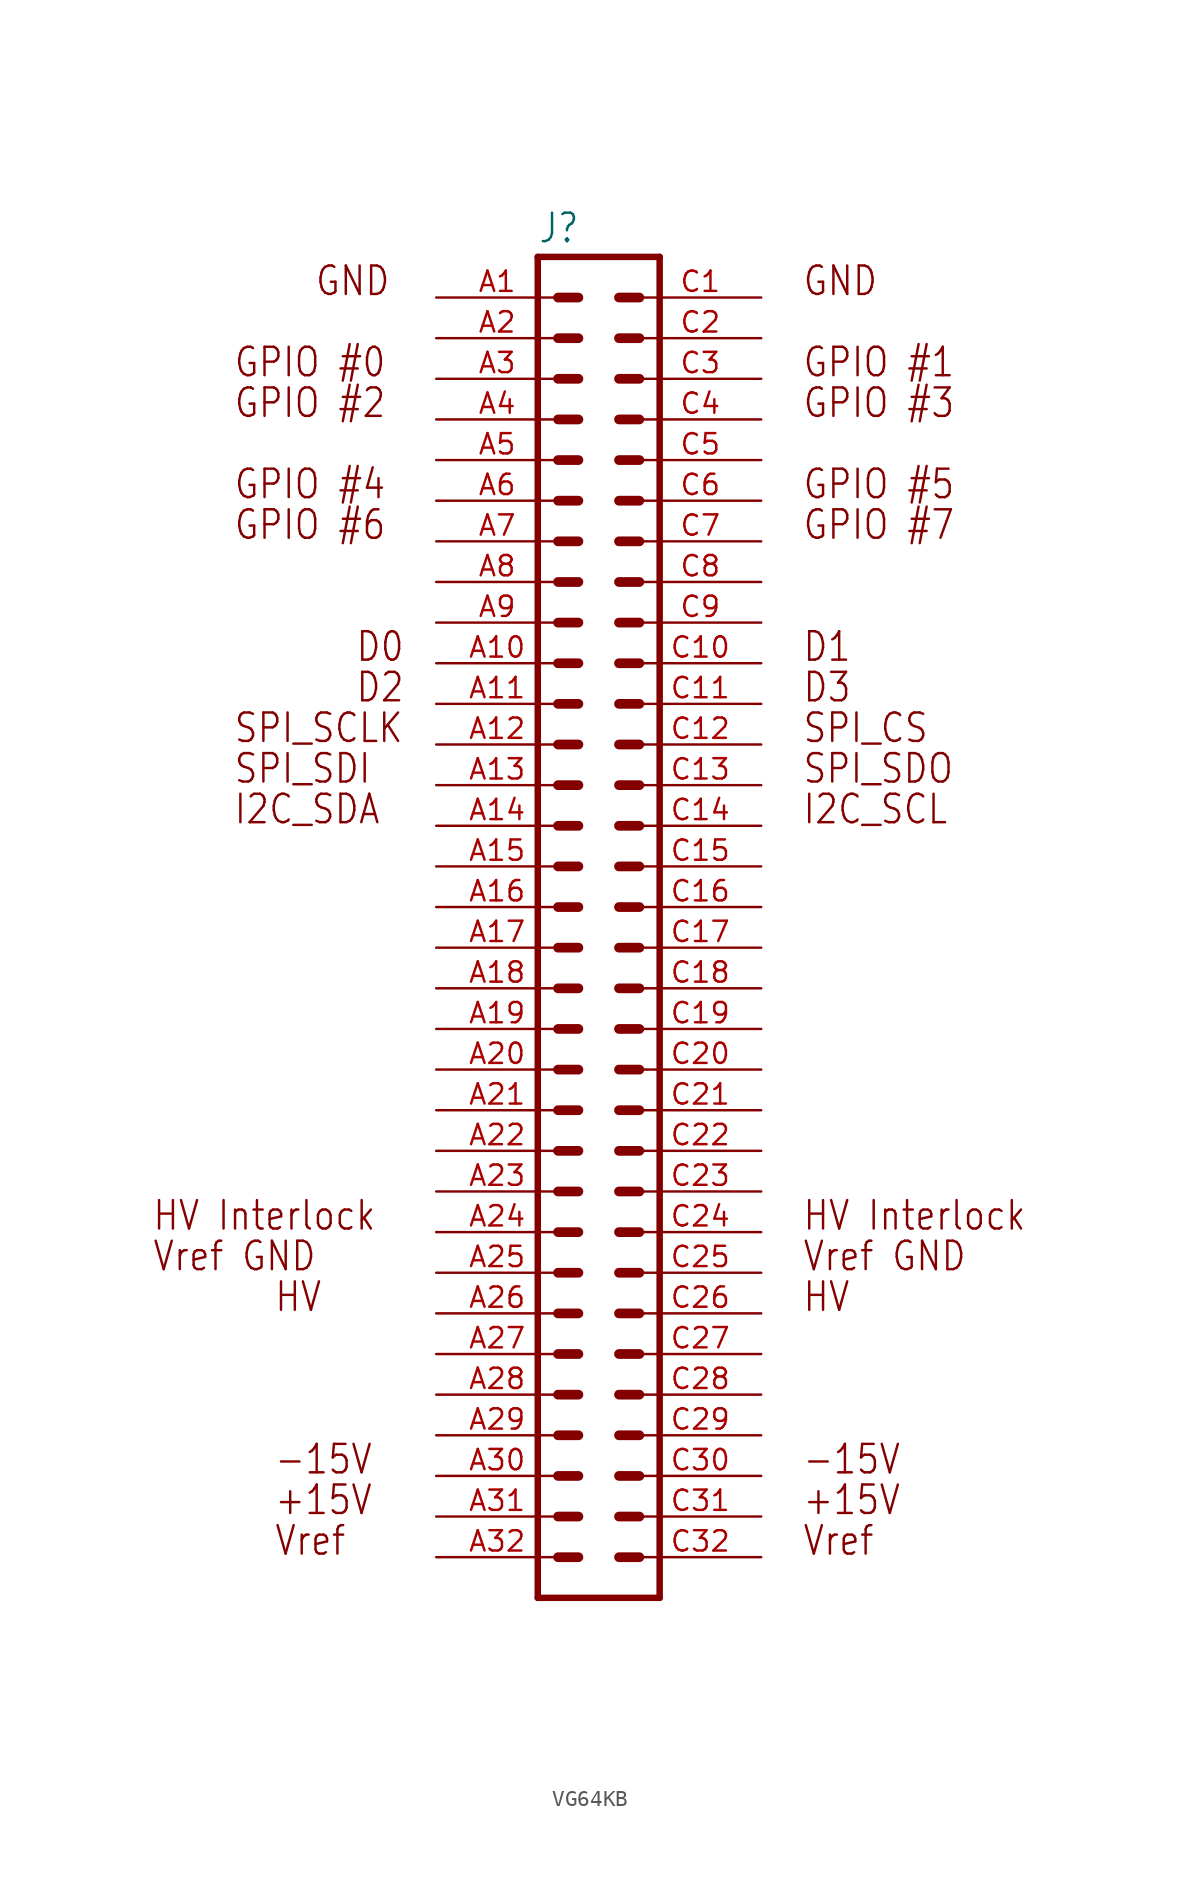
<source format=kicad_sym>
(kicad_symbol_lib
  (version 20231120)
  (generator "kicad_symbol_editor")
  (generator_version "8.0")
  (symbol "VG64KB"
    (property "Reference" "J"
      (at -3.81 41.402 0)
      (effects (font (size 1.778 1.511)) (justify left bottom)))
    (property "Value" ""
      (at -3.81 -45.72 0)
      (effects (font (size 1.778 1.511)) (justify left bottom)))
    (property "ki_locked" ""
      (at 0 0 0)
      (effects (font (size 1.27 1.27))))
    (symbol "VG64KB_1_0"
      (polyline (pts (xy -3.81 40.64) (xy -3.81 -43.18)) (stroke (width 0.406) (type solid)) (fill (type none)))
      (polyline (pts (xy -3.81 40.64) (xy 3.81 40.64)) (stroke (width 0.406) (type solid)) (fill (type none)))
      (polyline (pts (xy -2.54 -40.64) (xy -1.27 -40.64)) (stroke (width 0.61) (type solid)) (fill (type none)))
      (polyline (pts (xy -2.54 -38.1) (xy -1.27 -38.1)) (stroke (width 0.61) (type solid)) (fill (type none)))
      (polyline (pts (xy -2.54 -35.56) (xy -1.27 -35.56)) (stroke (width 0.61) (type solid)) (fill (type none)))
      (polyline (pts (xy -2.54 -33.02) (xy -1.27 -33.02)) (stroke (width 0.61) (type solid)) (fill (type none)))
      (polyline (pts (xy -2.54 -30.48) (xy -1.27 -30.48)) (stroke (width 0.61) (type solid)) (fill (type none)))
      (polyline (pts (xy -2.54 -27.94) (xy -1.27 -27.94)) (stroke (width 0.61) (type solid)) (fill (type none)))
      (polyline (pts (xy -2.54 -25.4) (xy -1.27 -25.4)) (stroke (width 0.61) (type solid)) (fill (type none)))
      (polyline (pts (xy -2.54 -22.86) (xy -1.27 -22.86)) (stroke (width 0.61) (type solid)) (fill (type none)))
      (polyline (pts (xy -2.54 -20.32) (xy -1.27 -20.32)) (stroke (width 0.61) (type solid)) (fill (type none)))
      (polyline (pts (xy -2.54 -17.78) (xy -1.27 -17.78)) (stroke (width 0.61) (type solid)) (fill (type none)))
      (polyline (pts (xy -2.54 -15.24) (xy -1.27 -15.24)) (stroke (width 0.61) (type solid)) (fill (type none)))
      (polyline (pts (xy -2.54 -12.7) (xy -1.27 -12.7)) (stroke (width 0.61) (type solid)) (fill (type none)))
      (polyline (pts (xy -2.54 -10.16) (xy -1.27 -10.16)) (stroke (width 0.61) (type solid)) (fill (type none)))
      (polyline (pts (xy -2.54 -7.62) (xy -1.27 -7.62)) (stroke (width 0.61) (type solid)) (fill (type none)))
      (polyline (pts (xy -2.54 -5.08) (xy -1.27 -5.08)) (stroke (width 0.61) (type solid)) (fill (type none)))
      (polyline (pts (xy -2.54 -2.54) (xy -1.27 -2.54)) (stroke (width 0.61) (type solid)) (fill (type none)))
      (polyline (pts (xy -2.54 0) (xy -1.27 0)) (stroke (width 0.61) (type solid)) (fill (type none)))
      (polyline (pts (xy -2.54 2.54) (xy -1.27 2.54)) (stroke (width 0.61) (type solid)) (fill (type none)))
      (polyline (pts (xy -2.54 5.08) (xy -1.27 5.08)) (stroke (width 0.61) (type solid)) (fill (type none)))
      (polyline (pts (xy -2.54 7.62) (xy -1.27 7.62)) (stroke (width 0.61) (type solid)) (fill (type none)))
      (polyline (pts (xy -2.54 10.16) (xy -1.27 10.16)) (stroke (width 0.61) (type solid)) (fill (type none)))
      (polyline (pts (xy -2.54 12.7) (xy -1.27 12.7)) (stroke (width 0.61) (type solid)) (fill (type none)))
      (polyline (pts (xy -2.54 15.24) (xy -1.27 15.24)) (stroke (width 0.61) (type solid)) (fill (type none)))
      (polyline (pts (xy -2.54 17.78) (xy -1.27 17.78)) (stroke (width 0.61) (type solid)) (fill (type none)))
      (polyline (pts (xy -2.54 20.32) (xy -1.27 20.32)) (stroke (width 0.61) (type solid)) (fill (type none)))
      (polyline (pts (xy -2.54 22.86) (xy -1.27 22.86)) (stroke (width 0.61) (type solid)) (fill (type none)))
      (polyline (pts (xy -2.54 25.4) (xy -1.27 25.4)) (stroke (width 0.61) (type solid)) (fill (type none)))
      (polyline (pts (xy -2.54 27.94) (xy -1.27 27.94)) (stroke (width 0.61) (type solid)) (fill (type none)))
      (polyline (pts (xy -2.54 30.48) (xy -1.27 30.48)) (stroke (width 0.61) (type solid)) (fill (type none)))
      (polyline (pts (xy -2.54 33.02) (xy -1.27 33.02)) (stroke (width 0.61) (type solid)) (fill (type none)))
      (polyline (pts (xy -2.54 35.56) (xy -1.27 35.56)) (stroke (width 0.61) (type solid)) (fill (type none)))
      (polyline (pts (xy -2.54 38.1) (xy -1.27 38.1)) (stroke (width 0.61) (type solid)) (fill (type none)))
      (polyline (pts (xy 1.27 -40.64) (xy 2.54 -40.64)) (stroke (width 0.61) (type solid)) (fill (type none)))
      (polyline (pts (xy 1.27 -38.1) (xy 2.54 -38.1)) (stroke (width 0.61) (type solid)) (fill (type none)))
      (polyline (pts (xy 1.27 -35.56) (xy 2.54 -35.56)) (stroke (width 0.61) (type solid)) (fill (type none)))
      (polyline (pts (xy 1.27 -33.02) (xy 2.54 -33.02)) (stroke (width 0.61) (type solid)) (fill (type none)))
      (polyline (pts (xy 1.27 -30.48) (xy 2.54 -30.48)) (stroke (width 0.61) (type solid)) (fill (type none)))
      (polyline (pts (xy 1.27 -27.94) (xy 2.54 -27.94)) (stroke (width 0.61) (type solid)) (fill (type none)))
      (polyline (pts (xy 1.27 -25.4) (xy 2.54 -25.4)) (stroke (width 0.61) (type solid)) (fill (type none)))
      (polyline (pts (xy 1.27 -22.86) (xy 2.54 -22.86)) (stroke (width 0.61) (type solid)) (fill (type none)))
      (polyline (pts (xy 1.27 -20.32) (xy 2.54 -20.32)) (stroke (width 0.61) (type solid)) (fill (type none)))
      (polyline (pts (xy 1.27 -17.78) (xy 2.54 -17.78)) (stroke (width 0.61) (type solid)) (fill (type none)))
      (polyline (pts (xy 1.27 -15.24) (xy 2.54 -15.24)) (stroke (width 0.61) (type solid)) (fill (type none)))
      (polyline (pts (xy 1.27 -12.7) (xy 2.54 -12.7)) (stroke (width 0.61) (type solid)) (fill (type none)))
      (polyline (pts (xy 1.27 -10.16) (xy 2.54 -10.16)) (stroke (width 0.61) (type solid)) (fill (type none)))
      (polyline (pts (xy 1.27 -7.62) (xy 2.54 -7.62)) (stroke (width 0.61) (type solid)) (fill (type none)))
      (polyline (pts (xy 1.27 -5.08) (xy 2.54 -5.08)) (stroke (width 0.61) (type solid)) (fill (type none)))
      (polyline (pts (xy 1.27 -2.54) (xy 2.54 -2.54)) (stroke (width 0.61) (type solid)) (fill (type none)))
      (polyline (pts (xy 1.27 0) (xy 2.54 0)) (stroke (width 0.61) (type solid)) (fill (type none)))
      (polyline (pts (xy 1.27 2.54) (xy 2.54 2.54)) (stroke (width 0.61) (type solid)) (fill (type none)))
      (polyline (pts (xy 1.27 5.08) (xy 2.54 5.08)) (stroke (width 0.61) (type solid)) (fill (type none)))
      (polyline (pts (xy 1.27 7.62) (xy 2.54 7.62)) (stroke (width 0.61) (type solid)) (fill (type none)))
      (polyline (pts (xy 1.27 10.16) (xy 2.54 10.16)) (stroke (width 0.61) (type solid)) (fill (type none)))
      (polyline (pts (xy 1.27 12.7) (xy 2.54 12.7)) (stroke (width 0.61) (type solid)) (fill (type none)))
      (polyline (pts (xy 1.27 15.24) (xy 2.54 15.24)) (stroke (width 0.61) (type solid)) (fill (type none)))
      (polyline (pts (xy 1.27 17.78) (xy 2.54 17.78)) (stroke (width 0.61) (type solid)) (fill (type none)))
      (polyline (pts (xy 1.27 20.32) (xy 2.54 20.32)) (stroke (width 0.61) (type solid)) (fill (type none)))
      (polyline (pts (xy 1.27 22.86) (xy 2.54 22.86)) (stroke (width 0.61) (type solid)) (fill (type none)))
      (polyline (pts (xy 1.27 25.4) (xy 2.54 25.4)) (stroke (width 0.61) (type solid)) (fill (type none)))
      (polyline (pts (xy 1.27 27.94) (xy 2.54 27.94)) (stroke (width 0.61) (type solid)) (fill (type none)))
      (polyline (pts (xy 1.27 30.48) (xy 2.54 30.48)) (stroke (width 0.61) (type solid)) (fill (type none)))
      (polyline (pts (xy 1.27 33.02) (xy 2.54 33.02)) (stroke (width 0.61) (type solid)) (fill (type none)))
      (polyline (pts (xy 1.27 35.56) (xy 2.54 35.56)) (stroke (width 0.61) (type solid)) (fill (type none)))
      (polyline (pts (xy 1.27 38.1) (xy 2.54 38.1)) (stroke (width 0.61) (type solid)) (fill (type none)))
      (polyline (pts (xy 3.81 -43.18) (xy -3.81 -43.18)) (stroke (width 0.406) (type solid)) (fill (type none)))
      (polyline (pts (xy 3.81 -43.18) (xy 3.81 40.64)) (stroke (width 0.406) (type solid)) (fill (type none)))
      (text "+15V" (at -20.32 -38.1 0) (effects (font (size 1.778 1.511)) (justify left bottom)))
      (text "+15V" (at 12.7 -38.1 0) (effects (font (size 1.778 1.511)) (justify left bottom)))
      (text "-15V" (at -20.32 -35.56 0) (effects (font (size 1.778 1.511)) (justify left bottom)))
      (text "-15V" (at 12.7 -35.56 0) (effects (font (size 1.778 1.511)) (justify left bottom)))
      (text "D0" (at -15.24 15.24 0) (effects (font (size 1.778 1.511)) (justify left bottom)))
      (text "D1" (at 12.7 15.24 0) (effects (font (size 1.778 1.511)) (justify left bottom)))
      (text "D2" (at -15.24 12.7 0) (effects (font (size 1.778 1.511)) (justify left bottom)))
      (text "D3" (at 12.7 12.7 0) (effects (font (size 1.778 1.511)) (justify left bottom)))
      (text "GND" (at -17.78 38.1 0) (effects (font (size 1.778 1.511)) (justify left bottom)))
      (text "GND" (at 12.7 38.1 0) (effects (font (size 1.778 1.511)) (justify left bottom)))
      (text "GPIO #0" (at -22.86 33.02 0) (effects (font (size 1.778 1.511)) (justify left bottom)))
      (text "GPIO #1" (at 12.7 33.02 0) (effects (font (size 1.778 1.511)) (justify left bottom)))
      (text "GPIO #2" (at -22.86 30.48 0) (effects (font (size 1.778 1.511)) (justify left bottom)))
      (text "GPIO #3" (at 12.7 30.48 0) (effects (font (size 1.778 1.511)) (justify left bottom)))
      (text "GPIO #4" (at -22.86 25.4 0) (effects (font (size 1.778 1.511)) (justify left bottom)))
      (text "GPIO #5" (at 12.7 25.4 0) (effects (font (size 1.778 1.511)) (justify left bottom)))
      (text "GPIO #6" (at -22.86 22.86 0) (effects (font (size 1.778 1.511)) (justify left bottom)))
      (text "GPIO #7" (at 12.7 22.86 0) (effects (font (size 1.778 1.511)) (justify left bottom)))
      (text "HV" (at -20.32 -25.4 0) (effects (font (size 1.778 1.511)) (justify left bottom)))
      (text "HV" (at 12.7 -25.4 0) (effects (font (size 1.778 1.511)) (justify left bottom)))
      (text "HV Interlock" (at -27.94 -20.32 0) (effects (font (size 1.778 1.511)) (justify left bottom)))
      (text "HV Interlock" (at 12.7 -20.32 0) (effects (font (size 1.778 1.511)) (justify left bottom)))
      (text "I2C_SCL" (at 12.7 5.08 0) (effects (font (size 1.778 1.511)) (justify left bottom)))
      (text "I2C_SDA" (at -22.86 5.08 0) (effects (font (size 1.778 1.511)) (justify left bottom)))
      (text "SPI_CS" (at 12.7 10.16 0) (effects (font (size 1.778 1.511)) (justify left bottom)))
      (text "SPI_SCLK" (at -22.86 10.16 0) (effects (font (size 1.778 1.511)) (justify left bottom)))
      (text "SPI_SDI" (at -22.86 7.62 0) (effects (font (size 1.778 1.511)) (justify left bottom)))
      (text "SPI_SDO" (at 12.7 7.62 0) (effects (font (size 1.778 1.511)) (justify left bottom)))
      (text "Vref" (at -20.32 -40.64 0) (effects (font (size 1.778 1.511)) (justify left bottom)))
      (text "Vref" (at 12.7 -40.64 0) (effects (font (size 1.778 1.511)) (justify left bottom)))
      (text "Vref GND" (at -27.94 -22.86 0) (effects (font (size 1.778 1.511)) (justify left bottom)))
      (text "Vref GND" (at 12.7 -22.86 0) (effects (font (size 1.778 1.511)) (justify left bottom)))
      (pin passive line (at -10.16 38.1 0) (length 7.62) (name "A1" (effects (font (size 0 0)))) (number "A1" (effects (font (size 1.27 1.27)))))
      (pin passive line (at -10.16 15.24 0) (length 7.62) (name "A10" (effects (font (size 0 0)))) (number "A10" (effects (font (size 1.27 1.27)))))
      (pin passive line (at -10.16 12.7 0) (length 7.62) (name "A11" (effects (font (size 0 0)))) (number "A11" (effects (font (size 1.27 1.27)))))
      (pin passive line (at -10.16 10.16 0) (length 7.62) (name "A12" (effects (font (size 0 0)))) (number "A12" (effects (font (size 1.27 1.27)))))
      (pin passive line (at -10.16 7.62 0) (length 7.62) (name "A13" (effects (font (size 0 0)))) (number "A13" (effects (font (size 1.27 1.27)))))
      (pin passive line (at -10.16 5.08 0) (length 7.62) (name "A14" (effects (font (size 0 0)))) (number "A14" (effects (font (size 1.27 1.27)))))
      (pin passive line (at -10.16 2.54 0) (length 7.62) (name "A15" (effects (font (size 0 0)))) (number "A15" (effects (font (size 1.27 1.27)))))
      (pin passive line (at -10.16 0 0) (length 7.62) (name "A16" (effects (font (size 0 0)))) (number "A16" (effects (font (size 1.27 1.27)))))
      (pin passive line (at -10.16 -2.54 0) (length 7.62) (name "A17" (effects (font (size 0 0)))) (number "A17" (effects (font (size 1.27 1.27)))))
      (pin passive line (at -10.16 -5.08 0) (length 7.62) (name "A18" (effects (font (size 0 0)))) (number "A18" (effects (font (size 1.27 1.27)))))
      (pin passive line (at -10.16 -7.62 0) (length 7.62) (name "A19" (effects (font (size 0 0)))) (number "A19" (effects (font (size 1.27 1.27)))))
      (pin passive line (at -10.16 35.56 0) (length 7.62) (name "A2" (effects (font (size 0 0)))) (number "A2" (effects (font (size 1.27 1.27)))))
      (pin passive line (at -10.16 -10.16 0) (length 7.62) (name "A20" (effects (font (size 0 0)))) (number "A20" (effects (font (size 1.27 1.27)))))
      (pin passive line (at -10.16 -12.7 0) (length 7.62) (name "A21" (effects (font (size 0 0)))) (number "A21" (effects (font (size 1.27 1.27)))))
      (pin passive line (at -10.16 -15.24 0) (length 7.62) (name "A22" (effects (font (size 0 0)))) (number "A22" (effects (font (size 1.27 1.27)))))
      (pin passive line (at -10.16 -17.78 0) (length 7.62) (name "A23" (effects (font (size 0 0)))) (number "A23" (effects (font (size 1.27 1.27)))))
      (pin passive line (at -10.16 -20.32 0) (length 7.62) (name "A24" (effects (font (size 0 0)))) (number "A24" (effects (font (size 1.27 1.27)))))
      (pin passive line (at -10.16 -22.86 0) (length 7.62) (name "A25" (effects (font (size 0 0)))) (number "A25" (effects (font (size 1.27 1.27)))))
      (pin passive line (at -10.16 -25.4 0) (length 7.62) (name "A26" (effects (font (size 0 0)))) (number "A26" (effects (font (size 1.27 1.27)))))
      (pin passive line (at -10.16 -27.94 0) (length 7.62) (name "A27" (effects (font (size 0 0)))) (number "A27" (effects (font (size 1.27 1.27)))))
      (pin passive line (at -10.16 -30.48 0) (length 7.62) (name "A28" (effects (font (size 0 0)))) (number "A28" (effects (font (size 1.27 1.27)))))
      (pin passive line (at -10.16 -33.02 0) (length 7.62) (name "A29" (effects (font (size 0 0)))) (number "A29" (effects (font (size 1.27 1.27)))))
      (pin passive line (at -10.16 33.02 0) (length 7.62) (name "A3" (effects (font (size 0 0)))) (number "A3" (effects (font (size 1.27 1.27)))))
      (pin passive line (at -10.16 -35.56 0) (length 7.62) (name "A30" (effects (font (size 0 0)))) (number "A30" (effects (font (size 1.27 1.27)))))
      (pin passive line (at -10.16 -38.1 0) (length 7.62) (name "A31" (effects (font (size 0 0)))) (number "A31" (effects (font (size 1.27 1.27)))))
      (pin passive line (at -10.16 -40.64 0) (length 7.62) (name "A32" (effects (font (size 0 0)))) (number "A32" (effects (font (size 1.27 1.27)))))
      (pin passive line (at -10.16 30.48 0) (length 7.62) (name "A4" (effects (font (size 0 0)))) (number "A4" (effects (font (size 1.27 1.27)))))
      (pin passive line (at -10.16 27.94 0) (length 7.62) (name "A5" (effects (font (size 0 0)))) (number "A5" (effects (font (size 1.27 1.27)))))
      (pin passive line (at -10.16 25.4 0) (length 7.62) (name "A6" (effects (font (size 0 0)))) (number "A6" (effects (font (size 1.27 1.27)))))
      (pin passive line (at -10.16 22.86 0) (length 7.62) (name "A7" (effects (font (size 0 0)))) (number "A7" (effects (font (size 1.27 1.27)))))
      (pin passive line (at -10.16 20.32 0) (length 7.62) (name "A8" (effects (font (size 0 0)))) (number "A8" (effects (font (size 1.27 1.27)))))
      (pin passive line (at -10.16 17.78 0) (length 7.62) (name "A9" (effects (font (size 0 0)))) (number "A9" (effects (font (size 1.27 1.27)))))
      (pin passive line (at 10.16 38.1 180) (length 7.62) (name "C1" (effects (font (size 0 0)))) (number "C1" (effects (font (size 1.27 1.27)))))
      (pin passive line (at 10.16 15.24 180) (length 7.62) (name "C10" (effects (font (size 0 0)))) (number "C10" (effects (font (size 1.27 1.27)))))
      (pin passive line (at 10.16 12.7 180) (length 7.62) (name "C11" (effects (font (size 0 0)))) (number "C11" (effects (font (size 1.27 1.27)))))
      (pin passive line (at 10.16 10.16 180) (length 7.62) (name "C12" (effects (font (size 0 0)))) (number "C12" (effects (font (size 1.27 1.27)))))
      (pin passive line (at 10.16 7.62 180) (length 7.62) (name "C13" (effects (font (size 0 0)))) (number "C13" (effects (font (size 1.27 1.27)))))
      (pin passive line (at 10.16 5.08 180) (length 7.62) (name "C14" (effects (font (size 0 0)))) (number "C14" (effects (font (size 1.27 1.27)))))
      (pin passive line (at 10.16 2.54 180) (length 7.62) (name "C15" (effects (font (size 0 0)))) (number "C15" (effects (font (size 1.27 1.27)))))
      (pin passive line (at 10.16 0 180) (length 7.62) (name "C16" (effects (font (size 0 0)))) (number "C16" (effects (font (size 1.27 1.27)))))
      (pin passive line (at 10.16 -2.54 180) (length 7.62) (name "C17" (effects (font (size 0 0)))) (number "C17" (effects (font (size 1.27 1.27)))))
      (pin passive line (at 10.16 -5.08 180) (length 7.62) (name "C18" (effects (font (size 0 0)))) (number "C18" (effects (font (size 1.27 1.27)))))
      (pin passive line (at 10.16 -7.62 180) (length 7.62) (name "C19" (effects (font (size 0 0)))) (number "C19" (effects (font (size 1.27 1.27)))))
      (pin passive line (at 10.16 35.56 180) (length 7.62) (name "C2" (effects (font (size 0 0)))) (number "C2" (effects (font (size 1.27 1.27)))))
      (pin passive line (at 10.16 -10.16 180) (length 7.62) (name "C20" (effects (font (size 0 0)))) (number "C20" (effects (font (size 1.27 1.27)))))
      (pin passive line (at 10.16 -12.7 180) (length 7.62) (name "C21" (effects (font (size 0 0)))) (number "C21" (effects (font (size 1.27 1.27)))))
      (pin passive line (at 10.16 -15.24 180) (length 7.62) (name "C22" (effects (font (size 0 0)))) (number "C22" (effects (font (size 1.27 1.27)))))
      (pin passive line (at 10.16 -17.78 180) (length 7.62) (name "C23" (effects (font (size 0 0)))) (number "C23" (effects (font (size 1.27 1.27)))))
      (pin passive line (at 10.16 -20.32 180) (length 7.62) (name "C24" (effects (font (size 0 0)))) (number "C24" (effects (font (size 1.27 1.27)))))
      (pin passive line (at 10.16 -22.86 180) (length 7.62) (name "C25" (effects (font (size 0 0)))) (number "C25" (effects (font (size 1.27 1.27)))))
      (pin passive line (at 10.16 -25.4 180) (length 7.62) (name "C26" (effects (font (size 0 0)))) (number "C26" (effects (font (size 1.27 1.27)))))
      (pin passive line (at 10.16 -27.94 180) (length 7.62) (name "C27" (effects (font (size 0 0)))) (number "C27" (effects (font (size 1.27 1.27)))))
      (pin passive line (at 10.16 -30.48 180) (length 7.62) (name "C28" (effects (font (size 0 0)))) (number "C28" (effects (font (size 1.27 1.27)))))
      (pin passive line (at 10.16 -33.02 180) (length 7.62) (name "C29" (effects (font (size 0 0)))) (number "C29" (effects (font (size 1.27 1.27)))))
      (pin passive line (at 10.16 33.02 180) (length 7.62) (name "C3" (effects (font (size 0 0)))) (number "C3" (effects (font (size 1.27 1.27)))))
      (pin passive line (at 10.16 -35.56 180) (length 7.62) (name "C30" (effects (font (size 0 0)))) (number "C30" (effects (font (size 1.27 1.27)))))
      (pin passive line (at 10.16 -38.1 180) (length 7.62) (name "C31" (effects (font (size 0 0)))) (number "C31" (effects (font (size 1.27 1.27)))))
      (pin passive line (at 10.16 -40.64 180) (length 7.62) (name "C32" (effects (font (size 0 0)))) (number "C32" (effects (font (size 1.27 1.27)))))
      (pin passive line (at 10.16 30.48 180) (length 7.62) (name "C4" (effects (font (size 0 0)))) (number "C4" (effects (font (size 1.27 1.27)))))
      (pin passive line (at 10.16 27.94 180) (length 7.62) (name "C5" (effects (font (size 0 0)))) (number "C5" (effects (font (size 1.27 1.27)))))
      (pin passive line (at 10.16 25.4 180) (length 7.62) (name "C6" (effects (font (size 0 0)))) (number "C6" (effects (font (size 1.27 1.27)))))
      (pin passive line (at 10.16 22.86 180) (length 7.62) (name "C7" (effects (font (size 0 0)))) (number "C7" (effects (font (size 1.27 1.27)))))
      (pin passive line (at 10.16 20.32 180) (length 7.62) (name "C8" (effects (font (size 0 0)))) (number "C8" (effects (font (size 1.27 1.27)))))
      (pin passive line (at 10.16 17.78 180) (length 7.62) (name "C9" (effects (font (size 0 0)))) (number "C9" (effects (font (size 1.27 1.27))))))))
</source>
